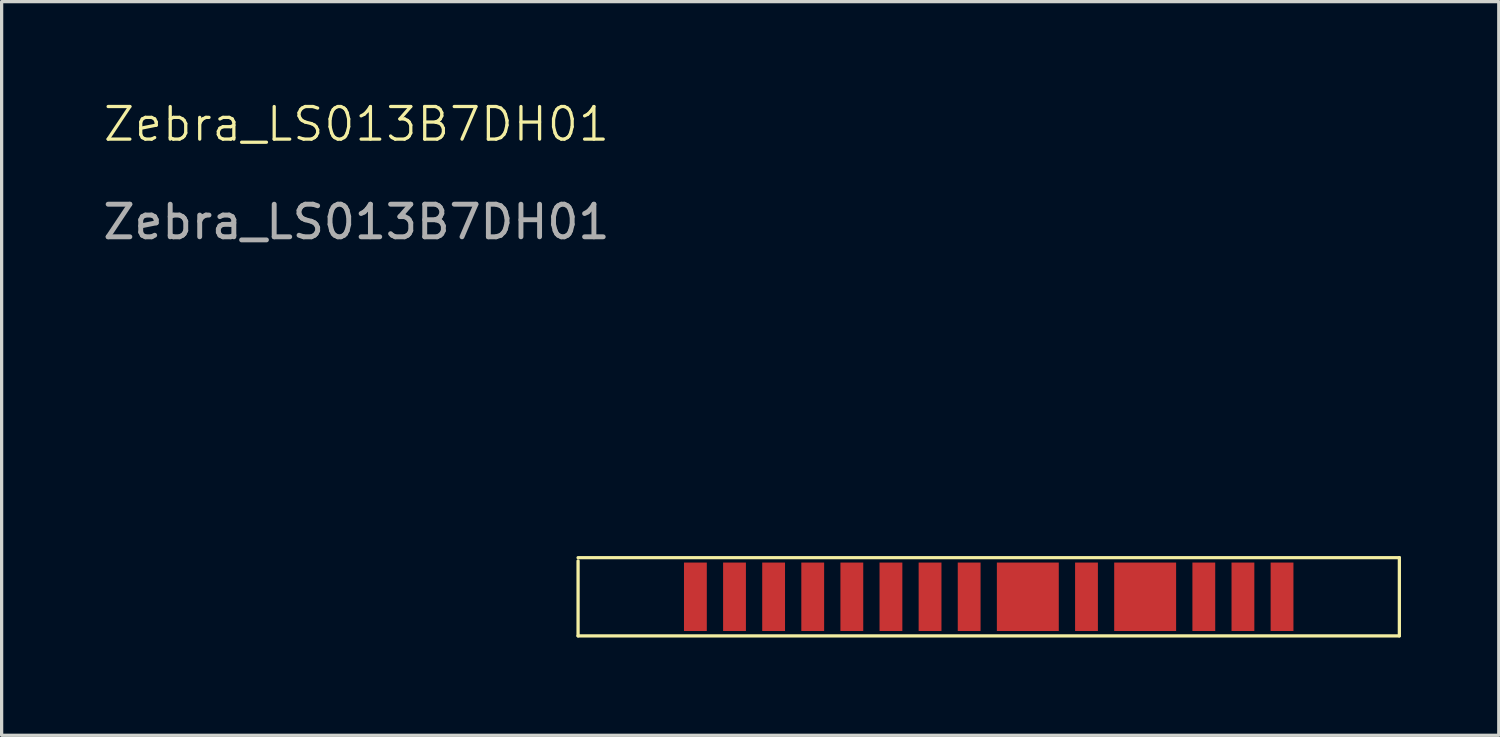
<source format=kicad_pcb>
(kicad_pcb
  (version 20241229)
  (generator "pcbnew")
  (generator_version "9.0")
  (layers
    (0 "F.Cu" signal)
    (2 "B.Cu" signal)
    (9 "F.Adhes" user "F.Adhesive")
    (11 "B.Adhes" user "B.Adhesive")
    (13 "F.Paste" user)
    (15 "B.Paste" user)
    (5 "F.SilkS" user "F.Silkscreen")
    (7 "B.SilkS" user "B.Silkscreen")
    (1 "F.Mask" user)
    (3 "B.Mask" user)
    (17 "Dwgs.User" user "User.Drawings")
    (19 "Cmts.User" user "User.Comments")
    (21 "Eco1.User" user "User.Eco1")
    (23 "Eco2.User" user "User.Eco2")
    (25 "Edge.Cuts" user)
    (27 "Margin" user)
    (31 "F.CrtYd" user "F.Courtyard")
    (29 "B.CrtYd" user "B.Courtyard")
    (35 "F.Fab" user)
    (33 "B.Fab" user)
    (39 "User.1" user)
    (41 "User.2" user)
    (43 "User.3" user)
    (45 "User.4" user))
  (footprint "Zebra_LS013B7DH01"
    (layer "F.Cu")
    (at 18.287 15.261)
    (property "Reference" "Zebra_LS013B7DH01" (at -10.4 -14.5 0) (unlocked yes) (layer "F.SilkS") (effects (font (size 1 1) (thickness 0.1))))
    (attr smd)
    (fp_line (start -3.6 -1.2) (end 21.6 -1.2) (stroke (width 0.1) (type default)) (layer "F.SilkS"))
    (fp_line (start -3.6 1.2) (end -3.6 -1.1) (stroke (width 0.1) (type default)) (layer "F.SilkS"))
    (fp_line (start 21.6 -1.2) (end 21.6 1.2) (stroke (width 0.1) (type default)) (layer "F.SilkS"))
    (fp_line (start 21.6 1.2) (end -3.6 1.2) (stroke (width 0.1) (type default)) (layer "F.SilkS"))
    (fp_text user "${REFERENCE}" (at -10.4 -11.5 0) (unlocked yes) (layer "F.Fab") (effects (font (size 1 1) (thickness 0.15))))
    (pad "1" smd rect (at 0 0) (size 0.7 2.1) (layers "F.Cu" "F.Mask" "F.Paste"))
    (pad "2" smd rect (at 1.2 0) (size 0.7 2.1) (layers "F.Cu" "F.Mask" "F.Paste"))
    (pad "3" smd rect (at 2.4 0) (size 0.7 2.1) (layers "F.Cu" "F.Mask" "F.Paste"))
    (pad "4" smd rect (at 3.6 0) (size 0.7 2.1) (layers "F.Cu" "F.Mask" "F.Paste"))
    (pad "5" smd rect (at 4.8 0) (size 0.7 2.1) (layers "F.Cu" "F.Mask" "F.Paste"))
    (pad "6" smd rect (at 6 0) (size 0.7 2.1) (layers "F.Cu" "F.Mask" "F.Paste"))
    (pad "7" smd rect (at 7.2 0) (size 0.7 2.1) (layers "F.Cu" "F.Mask" "F.Paste"))
    (pad "8" smd rect (at 8.4 0) (size 0.7 2.1) (layers "F.Cu" "F.Mask" "F.Paste"))
    (pad "9" smd rect (at 10.2 0) (size 1.9 2.1) (layers "F.Cu" "F.Mask" "F.Paste"))
    (pad "10" smd rect (at 12 0) (size 0.7 2.1) (layers "F.Cu" "F.Mask" "F.Paste"))
    (pad "11" smd rect (at 13.8 0) (size 1.9 2.1) (layers "F.Cu" "F.Mask" "F.Paste"))
    (pad "12" smd rect (at 15.6 0) (size 0.7 2.1) (layers "F.Cu" "F.Mask" "F.Paste"))
    (pad "13" smd rect (at 16.8 0) (size 0.7 2.1) (layers "F.Cu" "F.Mask" "F.Paste"))
    (pad "14" smd rect (at 18 0) (size 0.7 2.1) (layers "F.Cu" "F.Mask" "F.Paste")))
  (gr_rect
    (start -3 -3)
    (end 42.937 19.511)
    (stroke (width 0.1) (type default))
    (fill no)
    (layer "Edge.Cuts")))
</source>
